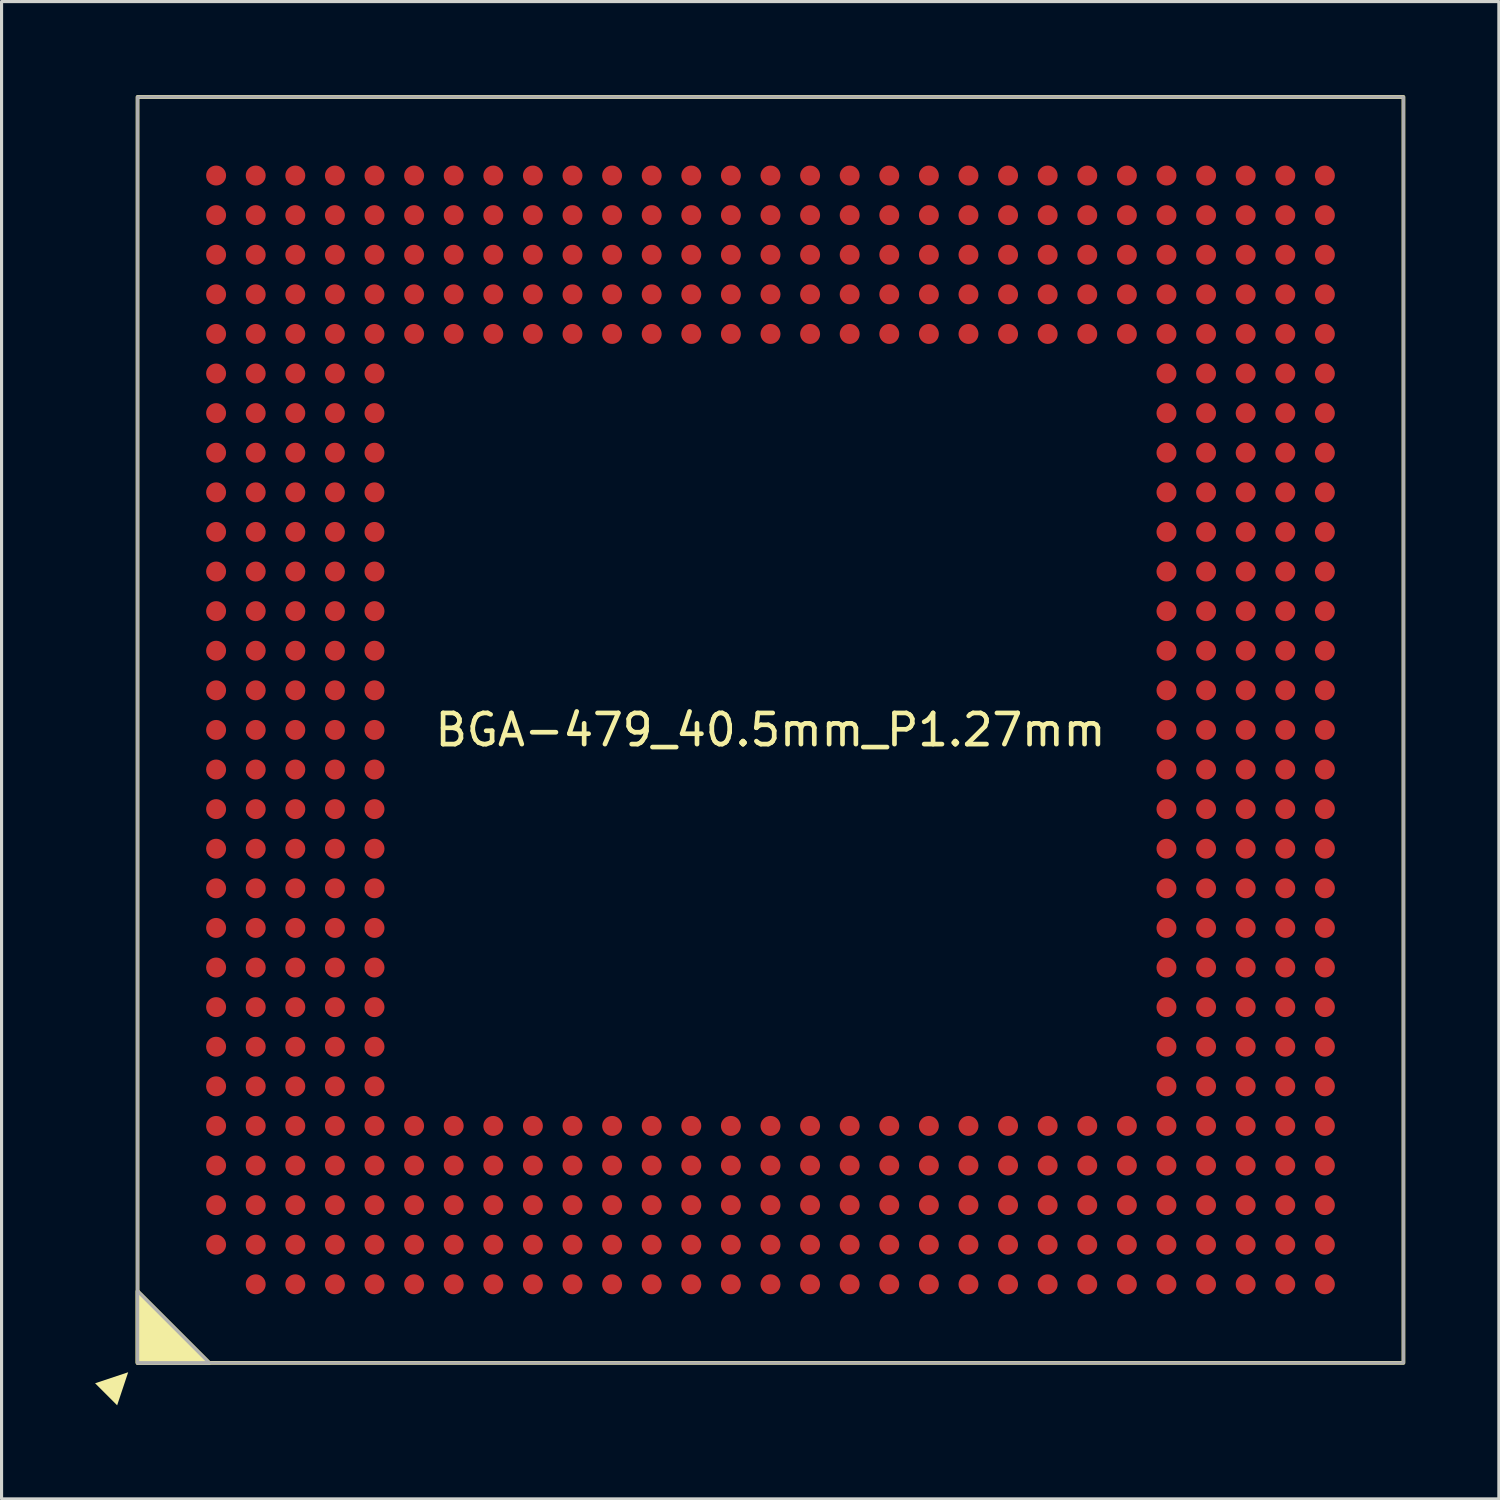
<source format=kicad_pcb>
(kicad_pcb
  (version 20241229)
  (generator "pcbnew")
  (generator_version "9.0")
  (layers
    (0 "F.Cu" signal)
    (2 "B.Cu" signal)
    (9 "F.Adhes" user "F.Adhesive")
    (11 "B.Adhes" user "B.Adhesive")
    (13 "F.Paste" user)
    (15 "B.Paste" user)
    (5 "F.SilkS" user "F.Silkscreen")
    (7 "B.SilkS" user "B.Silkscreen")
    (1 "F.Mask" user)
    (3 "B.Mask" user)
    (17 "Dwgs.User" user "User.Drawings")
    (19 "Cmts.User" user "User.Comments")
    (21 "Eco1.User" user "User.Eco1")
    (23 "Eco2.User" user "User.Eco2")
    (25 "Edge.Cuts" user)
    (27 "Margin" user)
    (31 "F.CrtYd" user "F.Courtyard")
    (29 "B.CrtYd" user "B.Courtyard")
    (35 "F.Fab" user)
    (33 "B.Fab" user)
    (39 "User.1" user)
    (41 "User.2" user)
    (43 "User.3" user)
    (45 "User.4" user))
  (footprint "BGA-479_40.5mm_P1.27mm"
    (layer "F.Cu")
    (at 21.661 20.36)
    (property "Reference" "BGA-479_40.5mm_P1.27mm" (at 0 0 0) (unlocked yes) (layer "F.SilkS") (effects (font (size 1 1) (thickness 0.15))))
    (attr smd)
    (fp_rect (start -20.3 -20.3) (end 20.3 20.3) (stroke (width 0.12) (type default)) (fill no) (layer "F.SilkS"))
    (fp_poly (pts (xy -20.954 21.661) (xy -21.661 20.954) (xy -20.6 20.6)) (stroke (width 0) (type solid)) (fill yes) (layer "F.SilkS"))
    (fp_poly (pts (xy -20.3 20.3) (xy -20.3 18) (xy -18 20.3)) (stroke (width 0.12) (type solid)) (fill yes) (layer "F.SilkS"))
    (fp_rect (start -20.3 -20.3) (end 20.3 20.3) (stroke (width 0.1) (type default)) (fill no) (layer "F.Fab"))
    (fp_poly (pts (xy -18 20.3) (xy -20.3 18) (xy -20.3 20.3)) (stroke (width 0.1) (type solid)) (fill no) (layer "F.Fab"))
    (pad "A2" smd circle (at -16.51 17.78) (size 0.64 0.64) (layers "F.Cu" "F.Mask"))
    (pad "A3" smd circle (at -15.24 17.78) (size 0.64 0.64) (layers "F.Cu" "F.Mask"))
    (pad "A4" smd circle (at -13.97 17.78) (size 0.64 0.64) (layers "F.Cu" "F.Mask"))
    (pad "A5" smd circle (at -12.7 17.78) (size 0.64 0.64) (layers "F.Cu" "F.Mask"))
    (pad "A6" smd circle (at -11.43 17.78) (size 0.64 0.64) (layers "F.Cu" "F.Mask"))
    (pad "A7" smd circle (at -10.16 17.78) (size 0.64 0.64) (layers "F.Cu" "F.Mask"))
    (pad "A8" smd circle (at -8.89 17.78) (size 0.64 0.64) (layers "F.Cu" "F.Mask"))
    (pad "A9" smd circle (at -7.62 17.78) (size 0.64 0.64) (layers "F.Cu" "F.Mask"))
    (pad "A10" smd circle (at -6.35 17.78) (size 0.64 0.64) (layers "F.Cu" "F.Mask"))
    (pad "A11" smd circle (at -5.08 17.78) (size 0.64 0.64) (layers "F.Cu" "F.Mask"))
    (pad "A12" smd circle (at -3.81 17.78) (size 0.64 0.64) (layers "F.Cu" "F.Mask"))
    (pad "A13" smd circle (at -2.54 17.78) (size 0.64 0.64) (layers "F.Cu" "F.Mask"))
    (pad "A14" smd circle (at -1.27 17.78) (size 0.64 0.64) (layers "F.Cu" "F.Mask"))
    (pad "A15" smd circle (at 0 17.78) (size 0.64 0.64) (layers "F.Cu" "F.Mask"))
    (pad "A16" smd circle (at 1.27 17.78) (size 0.64 0.64) (layers "F.Cu" "F.Mask"))
    (pad "A17" smd circle (at 2.54 17.78) (size 0.64 0.64) (layers "F.Cu" "F.Mask"))
    (pad "A18" smd circle (at 3.81 17.78) (size 0.64 0.64) (layers "F.Cu" "F.Mask"))
    (pad "A19" smd circle (at 5.08 17.78) (size 0.64 0.64) (layers "F.Cu" "F.Mask"))
    (pad "A20" smd circle (at 6.35 17.78) (size 0.64 0.64) (layers "F.Cu" "F.Mask"))
    (pad "A21" smd circle (at 7.62 17.78) (size 0.64 0.64) (layers "F.Cu" "F.Mask"))
    (pad "A22" smd circle (at 8.89 17.78) (size 0.64 0.64) (layers "F.Cu" "F.Mask"))
    (pad "A23" smd circle (at 10.16 17.78) (size 0.64 0.64) (layers "F.Cu" "F.Mask"))
    (pad "A24" smd circle (at 11.43 17.78) (size 0.64 0.64) (layers "F.Cu" "F.Mask"))
    (pad "A25" smd circle (at 12.7 17.78) (size 0.64 0.64) (layers "F.Cu" "F.Mask"))
    (pad "A26" smd circle (at 13.97 17.78) (size 0.64 0.64) (layers "F.Cu" "F.Mask"))
    (pad "A27" smd circle (at 15.24 17.78) (size 0.64 0.64) (layers "F.Cu" "F.Mask"))
    (pad "A28" smd circle (at 16.51 17.78) (size 0.64 0.64) (layers "F.Cu" "F.Mask"))
    (pad "A29" smd circle (at 17.78 17.78) (size 0.64 0.64) (layers "F.Cu" "F.Mask"))
    (pad "AA1" smd circle (at -17.78 -15.24) (size 0.64 0.64) (layers "F.Cu" "F.Mask"))
    (pad "AA2" smd circle (at -16.51 -15.24) (size 0.64 0.64) (layers "F.Cu" "F.Mask"))
    (pad "AA3" smd circle (at -15.24 -15.24) (size 0.64 0.64) (layers "F.Cu" "F.Mask"))
    (pad "AA4" smd circle (at -13.97 -15.24) (size 0.64 0.64) (layers "F.Cu" "F.Mask"))
    (pad "AA5" smd circle (at -12.7 -15.24) (size 0.64 0.64) (layers "F.Cu" "F.Mask"))
    (pad "AA6" smd circle (at -11.43 -15.24) (size 0.64 0.64) (layers "F.Cu" "F.Mask"))
    (pad "AA7" smd circle (at -10.16 -15.24) (size 0.64 0.64) (layers "F.Cu" "F.Mask"))
    (pad "AA8" smd circle (at -8.89 -15.24) (size 0.64 0.64) (layers "F.Cu" "F.Mask"))
    (pad "AA9" smd circle (at -7.62 -15.24) (size 0.64 0.64) (layers "F.Cu" "F.Mask"))
    (pad "AA10" smd circle (at -6.35 -15.24) (size 0.64 0.64) (layers "F.Cu" "F.Mask"))
    (pad "AA11" smd circle (at -5.08 -15.24) (size 0.64 0.64) (layers "F.Cu" "F.Mask"))
    (pad "AA12" smd circle (at -3.81 -15.24) (size 0.64 0.64) (layers "F.Cu" "F.Mask"))
    (pad "AA13" smd circle (at -2.54 -15.24) (size 0.64 0.64) (layers "F.Cu" "F.Mask"))
    (pad "AA14" smd circle (at -1.27 -15.24) (size 0.64 0.64) (layers "F.Cu" "F.Mask"))
    (pad "AA15" smd circle (at 0 -15.24) (size 0.64 0.64) (layers "F.Cu" "F.Mask"))
    (pad "AA16" smd circle (at 1.27 -15.24) (size 0.64 0.64) (layers "F.Cu" "F.Mask"))
    (pad "AA17" smd circle (at 2.54 -15.24) (size 0.64 0.64) (layers "F.Cu" "F.Mask"))
    (pad "AA18" smd circle (at 3.81 -15.24) (size 0.64 0.64) (layers "F.Cu" "F.Mask"))
    (pad "AA19" smd circle (at 5.08 -15.24) (size 0.64 0.64) (layers "F.Cu" "F.Mask"))
    (pad "AA20" smd circle (at 6.35 -15.24) (size 0.64 0.64) (layers "F.Cu" "F.Mask"))
    (pad "AA21" smd circle (at 7.62 -15.24) (size 0.64 0.64) (layers "F.Cu" "F.Mask"))
    (pad "AA22" smd circle (at 8.89 -15.24) (size 0.64 0.64) (layers "F.Cu" "F.Mask"))
    (pad "AA23" smd circle (at 10.16 -15.24) (size 0.64 0.64) (layers "F.Cu" "F.Mask"))
    (pad "AA24" smd circle (at 11.43 -15.24) (size 0.64 0.64) (layers "F.Cu" "F.Mask"))
    (pad "AA25" smd circle (at 12.7 -15.24) (size 0.64 0.64) (layers "F.Cu" "F.Mask"))
    (pad "AA26" smd circle (at 13.97 -15.24) (size 0.64 0.64) (layers "F.Cu" "F.Mask"))
    (pad "AA27" smd circle (at 15.24 -15.24) (size 0.64 0.64) (layers "F.Cu" "F.Mask"))
    (pad "AA28" smd circle (at 16.51 -15.24) (size 0.64 0.64) (layers "F.Cu" "F.Mask"))
    (pad "AA29" smd circle (at 17.78 -15.24) (size 0.64 0.64) (layers "F.Cu" "F.Mask"))
    (pad "AB1" smd circle (at -17.78 -16.51) (size 0.64 0.64) (layers "F.Cu" "F.Mask"))
    (pad "AB2" smd circle (at -16.51 -16.51) (size 0.64 0.64) (layers "F.Cu" "F.Mask"))
    (pad "AB3" smd circle (at -15.24 -16.51) (size 0.64 0.64) (layers "F.Cu" "F.Mask"))
    (pad "AB4" smd circle (at -13.97 -16.51) (size 0.64 0.64) (layers "F.Cu" "F.Mask"))
    (pad "AB5" smd circle (at -12.7 -16.51) (size 0.64 0.64) (layers "F.Cu" "F.Mask"))
    (pad "AB6" smd circle (at -11.43 -16.51) (size 0.64 0.64) (layers "F.Cu" "F.Mask"))
    (pad "AB7" smd circle (at -10.16 -16.51) (size 0.64 0.64) (layers "F.Cu" "F.Mask"))
    (pad "AB8" smd circle (at -8.89 -16.51) (size 0.64 0.64) (layers "F.Cu" "F.Mask"))
    (pad "AB9" smd circle (at -7.62 -16.51) (size 0.64 0.64) (layers "F.Cu" "F.Mask"))
    (pad "AB10" smd circle (at -6.35 -16.51) (size 0.64 0.64) (layers "F.Cu" "F.Mask"))
    (pad "AB11" smd circle (at -5.08 -16.51) (size 0.64 0.64) (layers "F.Cu" "F.Mask"))
    (pad "AB12" smd circle (at -3.81 -16.51) (size 0.64 0.64) (layers "F.Cu" "F.Mask"))
    (pad "AB13" smd circle (at -2.54 -16.51) (size 0.64 0.64) (layers "F.Cu" "F.Mask"))
    (pad "AB14" smd circle (at -1.27 -16.51) (size 0.64 0.64) (layers "F.Cu" "F.Mask"))
    (pad "AB15" smd circle (at 0 -16.51) (size 0.64 0.64) (layers "F.Cu" "F.Mask"))
    (pad "AB16" smd circle (at 1.27 -16.51) (size 0.64 0.64) (layers "F.Cu" "F.Mask"))
    (pad "AB17" smd circle (at 2.54 -16.51) (size 0.64 0.64) (layers "F.Cu" "F.Mask"))
    (pad "AB18" smd circle (at 3.81 -16.51) (size 0.64 0.64) (layers "F.Cu" "F.Mask"))
    (pad "AB19" smd circle (at 5.08 -16.51) (size 0.64 0.64) (layers "F.Cu" "F.Mask"))
    (pad "AB20" smd circle (at 6.35 -16.51) (size 0.64 0.64) (layers "F.Cu" "F.Mask"))
    (pad "AB21" smd circle (at 7.62 -16.51) (size 0.64 0.64) (layers "F.Cu" "F.Mask"))
    (pad "AB22" smd circle (at 8.89 -16.51) (size 0.64 0.64) (layers "F.Cu" "F.Mask"))
    (pad "AB23" smd circle (at 10.16 -16.51) (size 0.64 0.64) (layers "F.Cu" "F.Mask"))
    (pad "AB24" smd circle (at 11.43 -16.51) (size 0.64 0.64) (layers "F.Cu" "F.Mask"))
    (pad "AB25" smd circle (at 12.7 -16.51) (size 0.64 0.64) (layers "F.Cu" "F.Mask"))
    (pad "AB26" smd circle (at 13.97 -16.51) (size 0.64 0.64) (layers "F.Cu" "F.Mask"))
    (pad "AB27" smd circle (at 15.24 -16.51) (size 0.64 0.64) (layers "F.Cu" "F.Mask"))
    (pad "AB28" smd circle (at 16.51 -16.51) (size 0.64 0.64) (layers "F.Cu" "F.Mask"))
    (pad "AB29" smd circle (at 17.78 -16.51) (size 0.64 0.64) (layers "F.Cu" "F.Mask"))
    (pad "AC1" smd circle (at -17.78 -17.78) (size 0.64 0.64) (layers "F.Cu" "F.Mask"))
    (pad "AC2" smd circle (at -16.51 -17.78) (size 0.64 0.64) (layers "F.Cu" "F.Mask"))
    (pad "AC3" smd circle (at -15.24 -17.78) (size 0.64 0.64) (layers "F.Cu" "F.Mask"))
    (pad "AC4" smd circle (at -13.97 -17.78) (size 0.64 0.64) (layers "F.Cu" "F.Mask"))
    (pad "AC5" smd circle (at -12.7 -17.78) (size 0.64 0.64) (layers "F.Cu" "F.Mask"))
    (pad "AC6" smd circle (at -11.43 -17.78) (size 0.64 0.64) (layers "F.Cu" "F.Mask"))
    (pad "AC7" smd circle (at -10.16 -17.78) (size 0.64 0.64) (layers "F.Cu" "F.Mask"))
    (pad "AC8" smd circle (at -8.89 -17.78) (size 0.64 0.64) (layers "F.Cu" "F.Mask"))
    (pad "AC9" smd circle (at -7.62 -17.78) (size 0.64 0.64) (layers "F.Cu" "F.Mask"))
    (pad "AC10" smd circle (at -6.35 -17.78) (size 0.64 0.64) (layers "F.Cu" "F.Mask"))
    (pad "AC11" smd circle (at -5.08 -17.78) (size 0.64 0.64) (layers "F.Cu" "F.Mask"))
    (pad "AC12" smd circle (at -3.81 -17.78) (size 0.64 0.64) (layers "F.Cu" "F.Mask"))
    (pad "AC13" smd circle (at -2.54 -17.78) (size 0.64 0.64) (layers "F.Cu" "F.Mask"))
    (pad "AC14" smd circle (at -1.27 -17.78) (size 0.64 0.64) (layers "F.Cu" "F.Mask"))
    (pad "AC15" smd circle (at 0 -17.78) (size 0.64 0.64) (layers "F.Cu" "F.Mask"))
    (pad "AC16" smd circle (at 1.27 -17.78) (size 0.64 0.64) (layers "F.Cu" "F.Mask"))
    (pad "AC17" smd circle (at 2.54 -17.78) (size 0.64 0.64) (layers "F.Cu" "F.Mask"))
    (pad "AC18" smd circle (at 3.81 -17.78) (size 0.64 0.64) (layers "F.Cu" "F.Mask"))
    (pad "AC19" smd circle (at 5.08 -17.78) (size 0.64 0.64) (layers "F.Cu" "F.Mask"))
    (pad "AC20" smd circle (at 6.35 -17.78) (size 0.64 0.64) (layers "F.Cu" "F.Mask"))
    (pad "AC21" smd circle (at 7.62 -17.78) (size 0.64 0.64) (layers "F.Cu" "F.Mask"))
    (pad "AC22" smd circle (at 8.89 -17.78) (size 0.64 0.64) (layers "F.Cu" "F.Mask"))
    (pad "AC23" smd circle (at 10.16 -17.78) (size 0.64 0.64) (layers "F.Cu" "F.Mask"))
    (pad "AC24" smd circle (at 11.43 -17.78) (size 0.64 0.64) (layers "F.Cu" "F.Mask"))
    (pad "AC25" smd circle (at 12.7 -17.78) (size 0.64 0.64) (layers "F.Cu" "F.Mask"))
    (pad "AC26" smd circle (at 13.97 -17.78) (size 0.64 0.64) (layers "F.Cu" "F.Mask"))
    (pad "AC27" smd circle (at 15.24 -17.78) (size 0.64 0.64) (layers "F.Cu" "F.Mask"))
    (pad "AC28" smd circle (at 16.51 -17.78) (size 0.64 0.64) (layers "F.Cu" "F.Mask"))
    (pad "AC29" smd circle (at 17.78 -17.78) (size 0.64 0.64) (layers "F.Cu" "F.Mask"))
    (pad "B1" smd circle (at -17.78 16.51) (size 0.64 0.64) (layers "F.Cu" "F.Mask"))
    (pad "B2" smd circle (at -16.51 16.51) (size 0.64 0.64) (layers "F.Cu" "F.Mask"))
    (pad "B3" smd circle (at -15.24 16.51) (size 0.64 0.64) (layers "F.Cu" "F.Mask"))
    (pad "B4" smd circle (at -13.97 16.51) (size 0.64 0.64) (layers "F.Cu" "F.Mask"))
    (pad "B5" smd circle (at -12.7 16.51) (size 0.64 0.64) (layers "F.Cu" "F.Mask"))
    (pad "B6" smd circle (at -11.43 16.51) (size 0.64 0.64) (layers "F.Cu" "F.Mask"))
    (pad "B7" smd circle (at -10.16 16.51) (size 0.64 0.64) (layers "F.Cu" "F.Mask"))
    (pad "B8" smd circle (at -8.89 16.51) (size 0.64 0.64) (layers "F.Cu" "F.Mask"))
    (pad "B9" smd circle (at -7.62 16.51) (size 0.64 0.64) (layers "F.Cu" "F.Mask"))
    (pad "B10" smd circle (at -6.35 16.51) (size 0.64 0.64) (layers "F.Cu" "F.Mask"))
    (pad "B11" smd circle (at -5.08 16.51) (size 0.64 0.64) (layers "F.Cu" "F.Mask"))
    (pad "B12" smd circle (at -3.81 16.51) (size 0.64 0.64) (layers "F.Cu" "F.Mask"))
    (pad "B13" smd circle (at -2.54 16.51) (size 0.64 0.64) (layers "F.Cu" "F.Mask"))
    (pad "B14" smd circle (at -1.27 16.51) (size 0.64 0.64) (layers "F.Cu" "F.Mask"))
    (pad "B15" smd circle (at 0 16.51) (size 0.64 0.64) (layers "F.Cu" "F.Mask"))
    (pad "B16" smd circle (at 1.27 16.51) (size 0.64 0.64) (layers "F.Cu" "F.Mask"))
    (pad "B17" smd circle (at 2.54 16.51) (size 0.64 0.64) (layers "F.Cu" "F.Mask"))
    (pad "B18" smd circle (at 3.81 16.51) (size 0.64 0.64) (layers "F.Cu" "F.Mask"))
    (pad "B19" smd circle (at 5.08 16.51) (size 0.64 0.64) (layers "F.Cu" "F.Mask"))
    (pad "B20" smd circle (at 6.35 16.51) (size 0.64 0.64) (layers "F.Cu" "F.Mask"))
    (pad "B21" smd circle (at 7.62 16.51) (size 0.64 0.64) (layers "F.Cu" "F.Mask"))
    (pad "B22" smd circle (at 8.89 16.51) (size 0.64 0.64) (layers "F.Cu" "F.Mask"))
    (pad "B23" smd circle (at 10.16 16.51) (size 0.64 0.64) (layers "F.Cu" "F.Mask"))
    (pad "B24" smd circle (at 11.43 16.51) (size 0.64 0.64) (layers "F.Cu" "F.Mask"))
    (pad "B25" smd circle (at 12.7 16.51) (size 0.64 0.64) (layers "F.Cu" "F.Mask"))
    (pad "B26" smd circle (at 13.97 16.51) (size 0.64 0.64) (layers "F.Cu" "F.Mask"))
    (pad "B27" smd circle (at 15.24 16.51) (size 0.64 0.64) (layers "F.Cu" "F.Mask"))
    (pad "B28" smd circle (at 16.51 16.51) (size 0.64 0.64) (layers "F.Cu" "F.Mask"))
    (pad "B29" smd circle (at 17.78 16.51) (size 0.64 0.64) (layers "F.Cu" "F.Mask"))
    (pad "C1" smd circle (at -17.78 15.24) (size 0.64 0.64) (layers "F.Cu" "F.Mask"))
    (pad "C2" smd circle (at -16.51 15.24) (size 0.64 0.64) (layers "F.Cu" "F.Mask"))
    (pad "C3" smd circle (at -15.24 15.24) (size 0.64 0.64) (layers "F.Cu" "F.Mask"))
    (pad "C4" smd circle (at -13.97 15.24) (size 0.64 0.64) (layers "F.Cu" "F.Mask"))
    (pad "C5" smd circle (at -12.7 15.24) (size 0.64 0.64) (layers "F.Cu" "F.Mask"))
    (pad "C6" smd circle (at -11.43 15.24) (size 0.64 0.64) (layers "F.Cu" "F.Mask"))
    (pad "C7" smd circle (at -10.16 15.24) (size 0.64 0.64) (layers "F.Cu" "F.Mask"))
    (pad "C8" smd circle (at -8.89 15.24) (size 0.64 0.64) (layers "F.Cu" "F.Mask"))
    (pad "C9" smd circle (at -7.62 15.24) (size 0.64 0.64) (layers "F.Cu" "F.Mask"))
    (pad "C10" smd circle (at -6.35 15.24) (size 0.64 0.64) (layers "F.Cu" "F.Mask"))
    (pad "C11" smd circle (at -5.08 15.24) (size 0.64 0.64) (layers "F.Cu" "F.Mask"))
    (pad "C12" smd circle (at -3.81 15.24) (size 0.64 0.64) (layers "F.Cu" "F.Mask"))
    (pad "C13" smd circle (at -2.54 15.24) (size 0.64 0.64) (layers "F.Cu" "F.Mask"))
    (pad "C14" smd circle (at -1.27 15.24) (size 0.64 0.64) (layers "F.Cu" "F.Mask"))
    (pad "C15" smd circle (at 0 15.24) (size 0.64 0.64) (layers "F.Cu" "F.Mask"))
    (pad "C16" smd circle (at 1.27 15.24) (size 0.64 0.64) (layers "F.Cu" "F.Mask"))
    (pad "C17" smd circle (at 2.54 15.24) (size 0.64 0.64) (layers "F.Cu" "F.Mask"))
    (pad "C18" smd circle (at 3.81 15.24) (size 0.64 0.64) (layers "F.Cu" "F.Mask"))
    (pad "C19" smd circle (at 5.08 15.24) (size 0.64 0.64) (layers "F.Cu" "F.Mask"))
    (pad "C20" smd circle (at 6.35 15.24) (size 0.64 0.64) (layers "F.Cu" "F.Mask"))
    (pad "C21" smd circle (at 7.62 15.24) (size 0.64 0.64) (layers "F.Cu" "F.Mask"))
    (pad "C22" smd circle (at 8.89 15.24) (size 0.64 0.64) (layers "F.Cu" "F.Mask"))
    (pad "C23" smd circle (at 10.16 15.24) (size 0.64 0.64) (layers "F.Cu" "F.Mask"))
    (pad "C24" smd circle (at 11.43 15.24) (size 0.64 0.64) (layers "F.Cu" "F.Mask"))
    (pad "C25" smd circle (at 12.7 15.24) (size 0.64 0.64) (layers "F.Cu" "F.Mask"))
    (pad "C26" smd circle (at 13.97 15.24) (size 0.64 0.64) (layers "F.Cu" "F.Mask"))
    (pad "C27" smd circle (at 15.24 15.24) (size 0.64 0.64) (layers "F.Cu" "F.Mask"))
    (pad "C28" smd circle (at 16.51 15.24) (size 0.64 0.64) (layers "F.Cu" "F.Mask"))
    (pad "C29" smd circle (at 17.78 15.24) (size 0.64 0.64) (layers "F.Cu" "F.Mask"))
    (pad "D1" smd circle (at -17.78 13.97) (size 0.64 0.64) (layers "F.Cu" "F.Mask"))
    (pad "D2" smd circle (at -16.51 13.97) (size 0.64 0.64) (layers "F.Cu" "F.Mask"))
    (pad "D3" smd circle (at -15.24 13.97) (size 0.64 0.64) (layers "F.Cu" "F.Mask"))
    (pad "D4" smd circle (at -13.97 13.97) (size 0.64 0.64) (layers "F.Cu" "F.Mask"))
    (pad "D5" smd circle (at -12.7 13.97) (size 0.64 0.64) (layers "F.Cu" "F.Mask"))
    (pad "D6" smd circle (at -11.43 13.97) (size 0.64 0.64) (layers "F.Cu" "F.Mask"))
    (pad "D7" smd circle (at -10.16 13.97) (size 0.64 0.64) (layers "F.Cu" "F.Mask"))
    (pad "D8" smd circle (at -8.89 13.97) (size 0.64 0.64) (layers "F.Cu" "F.Mask"))
    (pad "D9" smd circle (at -7.62 13.97) (size 0.64 0.64) (layers "F.Cu" "F.Mask"))
    (pad "D10" smd circle (at -6.35 13.97) (size 0.64 0.64) (layers "F.Cu" "F.Mask"))
    (pad "D11" smd circle (at -5.08 13.97) (size 0.64 0.64) (layers "F.Cu" "F.Mask"))
    (pad "D12" smd circle (at -3.81 13.97) (size 0.64 0.64) (layers "F.Cu" "F.Mask"))
    (pad "D13" smd circle (at -2.54 13.97) (size 0.64 0.64) (layers "F.Cu" "F.Mask"))
    (pad "D14" smd circle (at -1.27 13.97) (size 0.64 0.64) (layers "F.Cu" "F.Mask"))
    (pad "D15" smd circle (at 0 13.97) (size 0.64 0.64) (layers "F.Cu" "F.Mask"))
    (pad "D16" smd circle (at 1.27 13.97) (size 0.64 0.64) (layers "F.Cu" "F.Mask"))
    (pad "D17" smd circle (at 2.54 13.97) (size 0.64 0.64) (layers "F.Cu" "F.Mask"))
    (pad "D18" smd circle (at 3.81 13.97) (size 0.64 0.64) (layers "F.Cu" "F.Mask"))
    (pad "D19" smd circle (at 5.08 13.97) (size 0.64 0.64) (layers "F.Cu" "F.Mask"))
    (pad "D20" smd circle (at 6.35 13.97) (size 0.64 0.64) (layers "F.Cu" "F.Mask"))
    (pad "D21" smd circle (at 7.62 13.97) (size 0.64 0.64) (layers "F.Cu" "F.Mask"))
    (pad "D22" smd circle (at 8.89 13.97) (size 0.64 0.64) (layers "F.Cu" "F.Mask"))
    (pad "D23" smd circle (at 10.16 13.97) (size 0.64 0.64) (layers "F.Cu" "F.Mask"))
    (pad "D24" smd circle (at 11.43 13.97) (size 0.64 0.64) (layers "F.Cu" "F.Mask"))
    (pad "D25" smd circle (at 12.7 13.97) (size 0.64 0.64) (layers "F.Cu" "F.Mask"))
    (pad "D26" smd circle (at 13.97 13.97) (size 0.64 0.64) (layers "F.Cu" "F.Mask"))
    (pad "D27" smd circle (at 15.24 13.97) (size 0.64 0.64) (layers "F.Cu" "F.Mask"))
    (pad "D28" smd circle (at 16.51 13.97) (size 0.64 0.64) (layers "F.Cu" "F.Mask"))
    (pad "D29" smd circle (at 17.78 13.97) (size 0.64 0.64) (layers "F.Cu" "F.Mask"))
    (pad "E1" smd circle (at -17.78 12.7) (size 0.64 0.64) (layers "F.Cu" "F.Mask"))
    (pad "E2" smd circle (at -16.51 12.7) (size 0.64 0.64) (layers "F.Cu" "F.Mask"))
    (pad "E3" smd circle (at -15.24 12.7) (size 0.64 0.64) (layers "F.Cu" "F.Mask"))
    (pad "E4" smd circle (at -13.97 12.7) (size 0.64 0.64) (layers "F.Cu" "F.Mask"))
    (pad "E5" smd circle (at -12.7 12.7) (size 0.64 0.64) (layers "F.Cu" "F.Mask"))
    (pad "E6" smd circle (at -11.43 12.7) (size 0.64 0.64) (layers "F.Cu" "F.Mask"))
    (pad "E7" smd circle (at -10.16 12.7) (size 0.64 0.64) (layers "F.Cu" "F.Mask"))
    (pad "E8" smd circle (at -8.89 12.7) (size 0.64 0.64) (layers "F.Cu" "F.Mask"))
    (pad "E9" smd circle (at -7.62 12.7) (size 0.64 0.64) (layers "F.Cu" "F.Mask"))
    (pad "E10" smd circle (at -6.35 12.7) (size 0.64 0.64) (layers "F.Cu" "F.Mask"))
    (pad "E11" smd circle (at -5.08 12.7) (size 0.64 0.64) (layers "F.Cu" "F.Mask"))
    (pad "E12" smd circle (at -3.81 12.7) (size 0.64 0.64) (layers "F.Cu" "F.Mask"))
    (pad "E13" smd circle (at -2.54 12.7) (size 0.64 0.64) (layers "F.Cu" "F.Mask"))
    (pad "E14" smd circle (at -1.27 12.7) (size 0.64 0.64) (layers "F.Cu" "F.Mask"))
    (pad "E15" smd circle (at 0 12.7) (size 0.64 0.64) (layers "F.Cu" "F.Mask"))
    (pad "E16" smd circle (at 1.27 12.7) (size 0.64 0.64) (layers "F.Cu" "F.Mask"))
    (pad "E17" smd circle (at 2.54 12.7) (size 0.64 0.64) (layers "F.Cu" "F.Mask"))
    (pad "E18" smd circle (at 3.81 12.7) (size 0.64 0.64) (layers "F.Cu" "F.Mask"))
    (pad "E19" smd circle (at 5.08 12.7) (size 0.64 0.64) (layers "F.Cu" "F.Mask"))
    (pad "E20" smd circle (at 6.35 12.7) (size 0.64 0.64) (layers "F.Cu" "F.Mask"))
    (pad "E21" smd circle (at 7.62 12.7) (size 0.64 0.64) (layers "F.Cu" "F.Mask"))
    (pad "E22" smd circle (at 8.89 12.7) (size 0.64 0.64) (layers "F.Cu" "F.Mask"))
    (pad "E23" smd circle (at 10.16 12.7) (size 0.64 0.64) (layers "F.Cu" "F.Mask"))
    (pad "E24" smd circle (at 11.43 12.7) (size 0.64 0.64) (layers "F.Cu" "F.Mask"))
    (pad "E25" smd circle (at 12.7 12.7) (size 0.64 0.64) (layers "F.Cu" "F.Mask"))
    (pad "E26" smd circle (at 13.97 12.7) (size 0.64 0.64) (layers "F.Cu" "F.Mask"))
    (pad "E27" smd circle (at 15.24 12.7) (size 0.64 0.64) (layers "F.Cu" "F.Mask"))
    (pad "E28" smd circle (at 16.51 12.7) (size 0.64 0.64) (layers "F.Cu" "F.Mask"))
    (pad "E29" smd circle (at 17.78 12.7) (size 0.64 0.64) (layers "F.Cu" "F.Mask"))
    (pad "F1" smd circle (at -17.78 11.43) (size 0.64 0.64) (layers "F.Cu" "F.Mask"))
    (pad "F2" smd circle (at -16.51 11.43) (size 0.64 0.64) (layers "F.Cu" "F.Mask"))
    (pad "F3" smd circle (at -15.24 11.43) (size 0.64 0.64) (layers "F.Cu" "F.Mask"))
    (pad "F4" smd circle (at -13.97 11.43) (size 0.64 0.64) (layers "F.Cu" "F.Mask"))
    (pad "F5" smd circle (at -12.7 11.43) (size 0.64 0.64) (layers "F.Cu" "F.Mask"))
    (pad "F25" smd circle (at 12.7 11.43) (size 0.64 0.64) (layers "F.Cu" "F.Mask"))
    (pad "F26" smd circle (at 13.97 11.43) (size 0.64 0.64) (layers "F.Cu" "F.Mask"))
    (pad "F27" smd circle (at 15.24 11.43) (size 0.64 0.64) (layers "F.Cu" "F.Mask"))
    (pad "F28" smd circle (at 16.51 11.43) (size 0.64 0.64) (layers "F.Cu" "F.Mask"))
    (pad "F29" smd circle (at 17.78 11.43) (size 0.64 0.64) (layers "F.Cu" "F.Mask"))
    (pad "G1" smd circle (at -17.78 10.16) (size 0.64 0.64) (layers "F.Cu" "F.Mask"))
    (pad "G2" smd circle (at -16.51 10.16) (size 0.64 0.64) (layers "F.Cu" "F.Mask"))
    (pad "G3" smd circle (at -15.24 10.16) (size 0.64 0.64) (layers "F.Cu" "F.Mask"))
    (pad "G4" smd circle (at -13.97 10.16) (size 0.64 0.64) (layers "F.Cu" "F.Mask"))
    (pad "G5" smd circle (at -12.7 10.16) (size 0.64 0.64) (layers "F.Cu" "F.Mask"))
    (pad "G25" smd circle (at 12.7 10.16) (size 0.64 0.64) (layers "F.Cu" "F.Mask"))
    (pad "G26" smd circle (at 13.97 10.16) (size 0.64 0.64) (layers "F.Cu" "F.Mask"))
    (pad "G27" smd circle (at 15.24 10.16) (size 0.64 0.64) (layers "F.Cu" "F.Mask"))
    (pad "G28" smd circle (at 16.51 10.16) (size 0.64 0.64) (layers "F.Cu" "F.Mask"))
    (pad "G29" smd circle (at 17.78 10.16) (size 0.64 0.64) (layers "F.Cu" "F.Mask"))
    (pad "H1" smd circle (at -17.78 8.89) (size 0.64 0.64) (layers "F.Cu" "F.Mask"))
    (pad "H2" smd circle (at -16.51 8.89) (size 0.64 0.64) (layers "F.Cu" "F.Mask"))
    (pad "H3" smd circle (at -15.24 8.89) (size 0.64 0.64) (layers "F.Cu" "F.Mask"))
    (pad "H4" smd circle (at -13.97 8.89) (size 0.64 0.64) (layers "F.Cu" "F.Mask"))
    (pad "H5" smd circle (at -12.7 8.89) (size 0.64 0.64) (layers "F.Cu" "F.Mask"))
    (pad "H25" smd circle (at 12.7 8.89) (size 0.64 0.64) (layers "F.Cu" "F.Mask"))
    (pad "H26" smd circle (at 13.97 8.89) (size 0.64 0.64) (layers "F.Cu" "F.Mask"))
    (pad "H27" smd circle (at 15.24 8.89) (size 0.64 0.64) (layers "F.Cu" "F.Mask"))
    (pad "H28" smd circle (at 16.51 8.89) (size 0.64 0.64) (layers "F.Cu" "F.Mask"))
    (pad "H29" smd circle (at 17.78 8.89) (size 0.64 0.64) (layers "F.Cu" "F.Mask"))
    (pad "I1" smd circle (at -17.78 7.62) (size 0.64 0.64) (layers "F.Cu" "F.Mask"))
    (pad "I2" smd circle (at -16.51 7.62) (size 0.64 0.64) (layers "F.Cu" "F.Mask"))
    (pad "I3" smd circle (at -15.24 7.62) (size 0.64 0.64) (layers "F.Cu" "F.Mask"))
    (pad "I4" smd circle (at -13.97 7.62) (size 0.64 0.64) (layers "F.Cu" "F.Mask"))
    (pad "I5" smd circle (at -12.7 7.62) (size 0.64 0.64) (layers "F.Cu" "F.Mask"))
    (pad "I25" smd circle (at 12.7 7.62) (size 0.64 0.64) (layers "F.Cu" "F.Mask"))
    (pad "I26" smd circle (at 13.97 7.62) (size 0.64 0.64) (layers "F.Cu" "F.Mask"))
    (pad "I27" smd circle (at 15.24 7.62) (size 0.64 0.64) (layers "F.Cu" "F.Mask"))
    (pad "I28" smd circle (at 16.51 7.62) (size 0.64 0.64) (layers "F.Cu" "F.Mask"))
    (pad "I29" smd circle (at 17.78 7.62) (size 0.64 0.64) (layers "F.Cu" "F.Mask"))
    (pad "J1" smd circle (at -17.78 6.35) (size 0.64 0.64) (layers "F.Cu" "F.Mask"))
    (pad "J2" smd circle (at -16.51 6.35) (size 0.64 0.64) (layers "F.Cu" "F.Mask"))
    (pad "J3" smd circle (at -15.24 6.35) (size 0.64 0.64) (layers "F.Cu" "F.Mask"))
    (pad "J4" smd circle (at -13.97 6.35) (size 0.64 0.64) (layers "F.Cu" "F.Mask"))
    (pad "J5" smd circle (at -12.7 6.35) (size 0.64 0.64) (layers "F.Cu" "F.Mask"))
    (pad "J25" smd circle (at 12.7 6.35) (size 0.64 0.64) (layers "F.Cu" "F.Mask"))
    (pad "J26" smd circle (at 13.97 6.35) (size 0.64 0.64) (layers "F.Cu" "F.Mask"))
    (pad "J27" smd circle (at 15.24 6.35) (size 0.64 0.64) (layers "F.Cu" "F.Mask"))
    (pad "J28" smd circle (at 16.51 6.35) (size 0.64 0.64) (layers "F.Cu" "F.Mask"))
    (pad "J29" smd circle (at 17.78 6.35) (size 0.64 0.64) (layers "F.Cu" "F.Mask"))
    (pad "K1" smd circle (at -17.78 5.08) (size 0.64 0.64) (layers "F.Cu" "F.Mask"))
    (pad "K2" smd circle (at -16.51 5.08) (size 0.64 0.64) (layers "F.Cu" "F.Mask"))
    (pad "K3" smd circle (at -15.24 5.08) (size 0.64 0.64) (layers "F.Cu" "F.Mask"))
    (pad "K4" smd circle (at -13.97 5.08) (size 0.64 0.64) (layers "F.Cu" "F.Mask"))
    (pad "K5" smd circle (at -12.7 5.08) (size 0.64 0.64) (layers "F.Cu" "F.Mask"))
    (pad "K25" smd circle (at 12.7 5.08) (size 0.64 0.64) (layers "F.Cu" "F.Mask"))
    (pad "K26" smd circle (at 13.97 5.08) (size 0.64 0.64) (layers "F.Cu" "F.Mask"))
    (pad "K27" smd circle (at 15.24 5.08) (size 0.64 0.64) (layers "F.Cu" "F.Mask"))
    (pad "K28" smd circle (at 16.51 5.08) (size 0.64 0.64) (layers "F.Cu" "F.Mask"))
    (pad "K29" smd circle (at 17.78 5.08) (size 0.64 0.64) (layers "F.Cu" "F.Mask"))
    (pad "L1" smd circle (at -17.78 3.81) (size 0.64 0.64) (layers "F.Cu" "F.Mask"))
    (pad "L2" smd circle (at -16.51 3.81) (size 0.64 0.64) (layers "F.Cu" "F.Mask"))
    (pad "L3" smd circle (at -15.24 3.81) (size 0.64 0.64) (layers "F.Cu" "F.Mask"))
    (pad "L4" smd circle (at -13.97 3.81) (size 0.64 0.64) (layers "F.Cu" "F.Mask"))
    (pad "L5" smd circle (at -12.7 3.81) (size 0.64 0.64) (layers "F.Cu" "F.Mask"))
    (pad "L25" smd circle (at 12.7 3.81) (size 0.64 0.64) (layers "F.Cu" "F.Mask"))
    (pad "L26" smd circle (at 13.97 3.81) (size 0.64 0.64) (layers "F.Cu" "F.Mask"))
    (pad "L27" smd circle (at 15.24 3.81) (size 0.64 0.64) (layers "F.Cu" "F.Mask"))
    (pad "L28" smd circle (at 16.51 3.81) (size 0.64 0.64) (layers "F.Cu" "F.Mask"))
    (pad "L29" smd circle (at 17.78 3.81) (size 0.64 0.64) (layers "F.Cu" "F.Mask"))
    (pad "M1" smd circle (at -17.78 2.54) (size 0.64 0.64) (layers "F.Cu" "F.Mask"))
    (pad "M2" smd circle (at -16.51 2.54) (size 0.64 0.64) (layers "F.Cu" "F.Mask"))
    (pad "M3" smd circle (at -15.24 2.54) (size 0.64 0.64) (layers "F.Cu" "F.Mask"))
    (pad "M4" smd circle (at -13.97 2.54) (size 0.64 0.64) (layers "F.Cu" "F.Mask"))
    (pad "M5" smd circle (at -12.7 2.54) (size 0.64 0.64) (layers "F.Cu" "F.Mask"))
    (pad "M25" smd circle (at 12.7 2.54) (size 0.64 0.64) (layers "F.Cu" "F.Mask"))
    (pad "M26" smd circle (at 13.97 2.54) (size 0.64 0.64) (layers "F.Cu" "F.Mask"))
    (pad "M27" smd circle (at 15.24 2.54) (size 0.64 0.64) (layers "F.Cu" "F.Mask"))
    (pad "M28" smd circle (at 16.51 2.54) (size 0.64 0.64) (layers "F.Cu" "F.Mask"))
    (pad "M29" smd circle (at 17.78 2.54) (size 0.64 0.64) (layers "F.Cu" "F.Mask"))
    (pad "N1" smd circle (at -17.78 1.27) (size 0.64 0.64) (layers "F.Cu" "F.Mask"))
    (pad "N2" smd circle (at -16.51 1.27) (size 0.64 0.64) (layers "F.Cu" "F.Mask"))
    (pad "N3" smd circle (at -15.24 1.27) (size 0.64 0.64) (layers "F.Cu" "F.Mask"))
    (pad "N4" smd circle (at -13.97 1.27) (size 0.64 0.64) (layers "F.Cu" "F.Mask"))
    (pad "N5" smd circle (at -12.7 1.27) (size 0.64 0.64) (layers "F.Cu" "F.Mask"))
    (pad "N25" smd circle (at 12.7 1.27) (size 0.64 0.64) (layers "F.Cu" "F.Mask"))
    (pad "N26" smd circle (at 13.97 1.27) (size 0.64 0.64) (layers "F.Cu" "F.Mask"))
    (pad "N27" smd circle (at 15.24 1.27) (size 0.64 0.64) (layers "F.Cu" "F.Mask"))
    (pad "N28" smd circle (at 16.51 1.27) (size 0.64 0.64) (layers "F.Cu" "F.Mask"))
    (pad "N29" smd circle (at 17.78 1.27) (size 0.64 0.64) (layers "F.Cu" "F.Mask"))
    (pad "O1" smd circle (at -17.78 0) (size 0.64 0.64) (layers "F.Cu" "F.Mask"))
    (pad "O2" smd circle (at -16.51 0) (size 0.64 0.64) (layers "F.Cu" "F.Mask"))
    (pad "O3" smd circle (at -15.24 0) (size 0.64 0.64) (layers "F.Cu" "F.Mask"))
    (pad "O4" smd circle (at -13.97 0) (size 0.64 0.64) (layers "F.Cu" "F.Mask"))
    (pad "O5" smd circle (at -12.7 0) (size 0.64 0.64) (layers "F.Cu" "F.Mask"))
    (pad "O25" smd circle (at 12.7 0) (size 0.64 0.64) (layers "F.Cu" "F.Mask"))
    (pad "O26" smd circle (at 13.97 0) (size 0.64 0.64) (layers "F.Cu" "F.Mask"))
    (pad "O27" smd circle (at 15.24 0) (size 0.64 0.64) (layers "F.Cu" "F.Mask"))
    (pad "O28" smd circle (at 16.51 0) (size 0.64 0.64) (layers "F.Cu" "F.Mask"))
    (pad "O29" smd circle (at 17.78 0) (size 0.64 0.64) (layers "F.Cu" "F.Mask"))
    (pad "P1" smd circle (at -17.78 -1.27) (size 0.64 0.64) (layers "F.Cu" "F.Mask"))
    (pad "P2" smd circle (at -16.51 -1.27) (size 0.64 0.64) (layers "F.Cu" "F.Mask"))
    (pad "P3" smd circle (at -15.24 -1.27) (size 0.64 0.64) (layers "F.Cu" "F.Mask"))
    (pad "P4" smd circle (at -13.97 -1.27) (size 0.64 0.64) (layers "F.Cu" "F.Mask"))
    (pad "P5" smd circle (at -12.7 -1.27) (size 0.64 0.64) (layers "F.Cu" "F.Mask"))
    (pad "P25" smd circle (at 12.7 -1.27) (size 0.64 0.64) (layers "F.Cu" "F.Mask"))
    (pad "P26" smd circle (at 13.97 -1.27) (size 0.64 0.64) (layers "F.Cu" "F.Mask"))
    (pad "P27" smd circle (at 15.24 -1.27) (size 0.64 0.64) (layers "F.Cu" "F.Mask"))
    (pad "P28" smd circle (at 16.51 -1.27) (size 0.64 0.64) (layers "F.Cu" "F.Mask"))
    (pad "P29" smd circle (at 17.78 -1.27) (size 0.64 0.64) (layers "F.Cu" "F.Mask"))
    (pad "Q1" smd circle (at -17.78 -2.54) (size 0.64 0.64) (layers "F.Cu" "F.Mask"))
    (pad "Q2" smd circle (at -16.51 -2.54) (size 0.64 0.64) (layers "F.Cu" "F.Mask"))
    (pad "Q3" smd circle (at -15.24 -2.54) (size 0.64 0.64) (layers "F.Cu" "F.Mask"))
    (pad "Q4" smd circle (at -13.97 -2.54) (size 0.64 0.64) (layers "F.Cu" "F.Mask"))
    (pad "Q5" smd circle (at -12.7 -2.54) (size 0.64 0.64) (layers "F.Cu" "F.Mask"))
    (pad "Q25" smd circle (at 12.7 -2.54) (size 0.64 0.64) (layers "F.Cu" "F.Mask"))
    (pad "Q26" smd circle (at 13.97 -2.54) (size 0.64 0.64) (layers "F.Cu" "F.Mask"))
    (pad "Q27" smd circle (at 15.24 -2.54) (size 0.64 0.64) (layers "F.Cu" "F.Mask"))
    (pad "Q28" smd circle (at 16.51 -2.54) (size 0.64 0.64) (layers "F.Cu" "F.Mask"))
    (pad "Q29" smd circle (at 17.78 -2.54) (size 0.64 0.64) (layers "F.Cu" "F.Mask"))
    (pad "R1" smd circle (at -17.78 -3.81) (size 0.64 0.64) (layers "F.Cu" "F.Mask"))
    (pad "R2" smd circle (at -16.51 -3.81) (size 0.64 0.64) (layers "F.Cu" "F.Mask"))
    (pad "R3" smd circle (at -15.24 -3.81) (size 0.64 0.64) (layers "F.Cu" "F.Mask"))
    (pad "R4" smd circle (at -13.97 -3.81) (size 0.64 0.64) (layers "F.Cu" "F.Mask"))
    (pad "R5" smd circle (at -12.7 -3.81) (size 0.64 0.64) (layers "F.Cu" "F.Mask"))
    (pad "R25" smd circle (at 12.7 -3.81) (size 0.64 0.64) (layers "F.Cu" "F.Mask"))
    (pad "R26" smd circle (at 13.97 -3.81) (size 0.64 0.64) (layers "F.Cu" "F.Mask"))
    (pad "R27" smd circle (at 15.24 -3.81) (size 0.64 0.64) (layers "F.Cu" "F.Mask"))
    (pad "R28" smd circle (at 16.51 -3.81) (size 0.64 0.64) (layers "F.Cu" "F.Mask"))
    (pad "R29" smd circle (at 17.78 -3.81) (size 0.64 0.64) (layers "F.Cu" "F.Mask"))
    (pad "S1" smd circle (at -17.78 -5.08) (size 0.64 0.64) (layers "F.Cu" "F.Mask"))
    (pad "S2" smd circle (at -16.51 -5.08) (size 0.64 0.64) (layers "F.Cu" "F.Mask"))
    (pad "S3" smd circle (at -15.24 -5.08) (size 0.64 0.64) (layers "F.Cu" "F.Mask"))
    (pad "S4" smd circle (at -13.97 -5.08) (size 0.64 0.64) (layers "F.Cu" "F.Mask"))
    (pad "S5" smd circle (at -12.7 -5.08) (size 0.64 0.64) (layers "F.Cu" "F.Mask"))
    (pad "S25" smd circle (at 12.7 -5.08) (size 0.64 0.64) (layers "F.Cu" "F.Mask"))
    (pad "S26" smd circle (at 13.97 -5.08) (size 0.64 0.64) (layers "F.Cu" "F.Mask"))
    (pad "S27" smd circle (at 15.24 -5.08) (size 0.64 0.64) (layers "F.Cu" "F.Mask"))
    (pad "S28" smd circle (at 16.51 -5.08) (size 0.64 0.64) (layers "F.Cu" "F.Mask"))
    (pad "S29" smd circle (at 17.78 -5.08) (size 0.64 0.64) (layers "F.Cu" "F.Mask"))
    (pad "T1" smd circle (at -17.78 -6.35) (size 0.64 0.64) (layers "F.Cu" "F.Mask"))
    (pad "T2" smd circle (at -16.51 -6.35) (size 0.64 0.64) (layers "F.Cu" "F.Mask"))
    (pad "T3" smd circle (at -15.24 -6.35) (size 0.64 0.64) (layers "F.Cu" "F.Mask"))
    (pad "T4" smd circle (at -13.97 -6.35) (size 0.64 0.64) (layers "F.Cu" "F.Mask"))
    (pad "T5" smd circle (at -12.7 -6.35) (size 0.64 0.64) (layers "F.Cu" "F.Mask"))
    (pad "T25" smd circle (at 12.7 -6.35) (size 0.64 0.64) (layers "F.Cu" "F.Mask"))
    (pad "T26" smd circle (at 13.97 -6.35) (size 0.64 0.64) (layers "F.Cu" "F.Mask"))
    (pad "T27" smd circle (at 15.24 -6.35) (size 0.64 0.64) (layers "F.Cu" "F.Mask"))
    (pad "T28" smd circle (at 16.51 -6.35) (size 0.64 0.64) (layers "F.Cu" "F.Mask"))
    (pad "T29" smd circle (at 17.78 -6.35) (size 0.64 0.64) (layers "F.Cu" "F.Mask"))
    (pad "U1" smd circle (at -17.78 -7.62) (size 0.64 0.64) (layers "F.Cu" "F.Mask"))
    (pad "U2" smd circle (at -16.51 -7.62) (size 0.64 0.64) (layers "F.Cu" "F.Mask"))
    (pad "U3" smd circle (at -15.24 -7.62) (size 0.64 0.64) (layers "F.Cu" "F.Mask"))
    (pad "U4" smd circle (at -13.97 -7.62) (size 0.64 0.64) (layers "F.Cu" "F.Mask"))
    (pad "U5" smd circle (at -12.7 -7.62) (size 0.64 0.64) (layers "F.Cu" "F.Mask"))
    (pad "U25" smd circle (at 12.7 -7.62) (size 0.64 0.64) (layers "F.Cu" "F.Mask"))
    (pad "U26" smd circle (at 13.97 -7.62) (size 0.64 0.64) (layers "F.Cu" "F.Mask"))
    (pad "U27" smd circle (at 15.24 -7.62) (size 0.64 0.64) (layers "F.Cu" "F.Mask"))
    (pad "U28" smd circle (at 16.51 -7.62) (size 0.64 0.64) (layers "F.Cu" "F.Mask"))
    (pad "U29" smd circle (at 17.78 -7.62) (size 0.64 0.64) (layers "F.Cu" "F.Mask"))
    (pad "V1" smd circle (at -17.78 -8.89) (size 0.64 0.64) (layers "F.Cu" "F.Mask"))
    (pad "V2" smd circle (at -16.51 -8.89) (size 0.64 0.64) (layers "F.Cu" "F.Mask"))
    (pad "V3" smd circle (at -15.24 -8.89) (size 0.64 0.64) (layers "F.Cu" "F.Mask"))
    (pad "V4" smd circle (at -13.97 -8.89) (size 0.64 0.64) (layers "F.Cu" "F.Mask"))
    (pad "V5" smd circle (at -12.7 -8.89) (size 0.64 0.64) (layers "F.Cu" "F.Mask"))
    (pad "V25" smd circle (at 12.7 -8.89) (size 0.64 0.64) (layers "F.Cu" "F.Mask"))
    (pad "V26" smd circle (at 13.97 -8.89) (size 0.64 0.64) (layers "F.Cu" "F.Mask"))
    (pad "V27" smd circle (at 15.24 -8.89) (size 0.64 0.64) (layers "F.Cu" "F.Mask"))
    (pad "V28" smd circle (at 16.51 -8.89) (size 0.64 0.64) (layers "F.Cu" "F.Mask"))
    (pad "V29" smd circle (at 17.78 -8.89) (size 0.64 0.64) (layers "F.Cu" "F.Mask"))
    (pad "W1" smd circle (at -17.78 -10.16) (size 0.64 0.64) (layers "F.Cu" "F.Mask"))
    (pad "W2" smd circle (at -16.51 -10.16) (size 0.64 0.64) (layers "F.Cu" "F.Mask"))
    (pad "W3" smd circle (at -15.24 -10.16) (size 0.64 0.64) (layers "F.Cu" "F.Mask"))
    (pad "W4" smd circle (at -13.97 -10.16) (size 0.64 0.64) (layers "F.Cu" "F.Mask"))
    (pad "W5" smd circle (at -12.7 -10.16) (size 0.64 0.64) (layers "F.Cu" "F.Mask"))
    (pad "W25" smd circle (at 12.7 -10.16) (size 0.64 0.64) (layers "F.Cu" "F.Mask"))
    (pad "W26" smd circle (at 13.97 -10.16) (size 0.64 0.64) (layers "F.Cu" "F.Mask"))
    (pad "W27" smd circle (at 15.24 -10.16) (size 0.64 0.64) (layers "F.Cu" "F.Mask"))
    (pad "W28" smd circle (at 16.51 -10.16) (size 0.64 0.64) (layers "F.Cu" "F.Mask"))
    (pad "W29" smd circle (at 17.78 -10.16) (size 0.64 0.64) (layers "F.Cu" "F.Mask"))
    (pad "X1" smd circle (at -17.78 -11.43) (size 0.64 0.64) (layers "F.Cu" "F.Mask"))
    (pad "X2" smd circle (at -16.51 -11.43) (size 0.64 0.64) (layers "F.Cu" "F.Mask"))
    (pad "X3" smd circle (at -15.24 -11.43) (size 0.64 0.64) (layers "F.Cu" "F.Mask"))
    (pad "X4" smd circle (at -13.97 -11.43) (size 0.64 0.64) (layers "F.Cu" "F.Mask"))
    (pad "X5" smd circle (at -12.7 -11.43) (size 0.64 0.64) (layers "F.Cu" "F.Mask"))
    (pad "X25" smd circle (at 12.7 -11.43) (size 0.64 0.64) (layers "F.Cu" "F.Mask"))
    (pad "X26" smd circle (at 13.97 -11.43) (size 0.64 0.64) (layers "F.Cu" "F.Mask"))
    (pad "X27" smd circle (at 15.24 -11.43) (size 0.64 0.64) (layers "F.Cu" "F.Mask"))
    (pad "X28" smd circle (at 16.51 -11.43) (size 0.64 0.64) (layers "F.Cu" "F.Mask"))
    (pad "X29" smd circle (at 17.78 -11.43) (size 0.64 0.64) (layers "F.Cu" "F.Mask"))
    (pad "Y1" smd circle (at -17.78 -12.7) (size 0.64 0.64) (layers "F.Cu" "F.Mask"))
    (pad "Y2" smd circle (at -16.51 -12.7) (size 0.64 0.64) (layers "F.Cu" "F.Mask"))
    (pad "Y3" smd circle (at -15.24 -12.7) (size 0.64 0.64) (layers "F.Cu" "F.Mask"))
    (pad "Y4" smd circle (at -13.97 -12.7) (size 0.64 0.64) (layers "F.Cu" "F.Mask"))
    (pad "Y5" smd circle (at -12.7 -12.7) (size 0.64 0.64) (layers "F.Cu" "F.Mask"))
    (pad "Y6" smd circle (at -11.43 -12.7) (size 0.64 0.64) (layers "F.Cu" "F.Mask"))
    (pad "Y7" smd circle (at -10.16 -12.7) (size 0.64 0.64) (layers "F.Cu" "F.Mask"))
    (pad "Y8" smd circle (at -8.89 -12.7) (size 0.64 0.64) (layers "F.Cu" "F.Mask"))
    (pad "Y9" smd circle (at -7.62 -12.7) (size 0.64 0.64) (layers "F.Cu" "F.Mask"))
    (pad "Y10" smd circle (at -6.35 -12.7) (size 0.64 0.64) (layers "F.Cu" "F.Mask"))
    (pad "Y11" smd circle (at -5.08 -12.7) (size 0.64 0.64) (layers "F.Cu" "F.Mask"))
    (pad "Y12" smd circle (at -3.81 -12.7) (size 0.64 0.64) (layers "F.Cu" "F.Mask"))
    (pad "Y13" smd circle (at -2.54 -12.7) (size 0.64 0.64) (layers "F.Cu" "F.Mask"))
    (pad "Y14" smd circle (at -1.27 -12.7) (size 0.64 0.64) (layers "F.Cu" "F.Mask"))
    (pad "Y15" smd circle (at 0 -12.7) (size 0.64 0.64) (layers "F.Cu" "F.Mask"))
    (pad "Y16" smd circle (at 1.27 -12.7) (size 0.64 0.64) (layers "F.Cu" "F.Mask"))
    (pad "Y17" smd circle (at 2.54 -12.7) (size 0.64 0.64) (layers "F.Cu" "F.Mask"))
    (pad "Y18" smd circle (at 3.81 -12.7) (size 0.64 0.64) (layers "F.Cu" "F.Mask"))
    (pad "Y19" smd circle (at 5.08 -12.7) (size 0.64 0.64) (layers "F.Cu" "F.Mask"))
    (pad "Y20" smd circle (at 6.35 -12.7) (size 0.64 0.64) (layers "F.Cu" "F.Mask"))
    (pad "Y21" smd circle (at 7.62 -12.7) (size 0.64 0.64) (layers "F.Cu" "F.Mask"))
    (pad "Y22" smd circle (at 8.89 -12.7) (size 0.64 0.64) (layers "F.Cu" "F.Mask"))
    (pad "Y23" smd circle (at 10.16 -12.7) (size 0.64 0.64) (layers "F.Cu" "F.Mask"))
    (pad "Y24" smd circle (at 11.43 -12.7) (size 0.64 0.64) (layers "F.Cu" "F.Mask"))
    (pad "Y25" smd circle (at 12.7 -12.7) (size 0.64 0.64) (layers "F.Cu" "F.Mask"))
    (pad "Y26" smd circle (at 13.97 -12.7) (size 0.64 0.64) (layers "F.Cu" "F.Mask"))
    (pad "Y27" smd circle (at 15.24 -12.7) (size 0.64 0.64) (layers "F.Cu" "F.Mask"))
    (pad "Y28" smd circle (at 16.51 -12.7) (size 0.64 0.64) (layers "F.Cu" "F.Mask"))
    (pad "Y29" smd circle (at 17.78 -12.7) (size 0.64 0.64) (layers "F.Cu" "F.Mask"))
    (pad "Z1" smd circle (at -17.78 -13.97) (size 0.64 0.64) (layers "F.Cu" "F.Mask"))
    (pad "Z2" smd circle (at -16.51 -13.97) (size 0.64 0.64) (layers "F.Cu" "F.Mask"))
    (pad "Z3" smd circle (at -15.24 -13.97) (size 0.64 0.64) (layers "F.Cu" "F.Mask"))
    (pad "Z4" smd circle (at -13.97 -13.97) (size 0.64 0.64) (layers "F.Cu" "F.Mask"))
    (pad "Z5" smd circle (at -12.7 -13.97) (size 0.64 0.64) (layers "F.Cu" "F.Mask"))
    (pad "Z6" smd circle (at -11.43 -13.97) (size 0.64 0.64) (layers "F.Cu" "F.Mask"))
    (pad "Z7" smd circle (at -10.16 -13.97) (size 0.64 0.64) (layers "F.Cu" "F.Mask"))
    (pad "Z8" smd circle (at -8.89 -13.97) (size 0.64 0.64) (layers "F.Cu" "F.Mask"))
    (pad "Z9" smd circle (at -7.62 -13.97) (size 0.64 0.64) (layers "F.Cu" "F.Mask"))
    (pad "Z10" smd circle (at -6.35 -13.97) (size 0.64 0.64) (layers "F.Cu" "F.Mask"))
    (pad "Z11" smd circle (at -5.08 -13.97) (size 0.64 0.64) (layers "F.Cu" "F.Mask"))
    (pad "Z12" smd circle (at -3.81 -13.97) (size 0.64 0.64) (layers "F.Cu" "F.Mask"))
    (pad "Z13" smd circle (at -2.54 -13.97) (size 0.64 0.64) (layers "F.Cu" "F.Mask"))
    (pad "Z14" smd circle (at -1.27 -13.97) (size 0.64 0.64) (layers "F.Cu" "F.Mask"))
    (pad "Z15" smd circle (at 0 -13.97) (size 0.64 0.64) (layers "F.Cu" "F.Mask"))
    (pad "Z16" smd circle (at 1.27 -13.97) (size 0.64 0.64) (layers "F.Cu" "F.Mask"))
    (pad "Z17" smd circle (at 2.54 -13.97) (size 0.64 0.64) (layers "F.Cu" "F.Mask"))
    (pad "Z18" smd circle (at 3.81 -13.97) (size 0.64 0.64) (layers "F.Cu" "F.Mask"))
    (pad "Z19" smd circle (at 5.08 -13.97) (size 0.64 0.64) (layers "F.Cu" "F.Mask"))
    (pad "Z20" smd circle (at 6.35 -13.97) (size 0.64 0.64) (layers "F.Cu" "F.Mask"))
    (pad "Z21" smd circle (at 7.62 -13.97) (size 0.64 0.64) (layers "F.Cu" "F.Mask"))
    (pad "Z22" smd circle (at 8.89 -13.97) (size 0.64 0.64) (layers "F.Cu" "F.Mask"))
    (pad "Z23" smd circle (at 10.16 -13.97) (size 0.64 0.64) (layers "F.Cu" "F.Mask"))
    (pad "Z24" smd circle (at 11.43 -13.97) (size 0.64 0.64) (layers "F.Cu" "F.Mask"))
    (pad "Z25" smd circle (at 12.7 -13.97) (size 0.64 0.64) (layers "F.Cu" "F.Mask"))
    (pad "Z26" smd circle (at 13.97 -13.97) (size 0.64 0.64) (layers "F.Cu" "F.Mask"))
    (pad "Z27" smd circle (at 15.24 -13.97) (size 0.64 0.64) (layers "F.Cu" "F.Mask"))
    (pad "Z28" smd circle (at 16.51 -13.97) (size 0.64 0.64) (layers "F.Cu" "F.Mask"))
    (pad "Z29" smd circle (at 17.78 -13.97) (size 0.64 0.64) (layers "F.Cu" "F.Mask")))
  (gr_rect
    (start -3 -3)
    (end 45.021 45.021)
    (stroke (width 0.1) (type default))
    (fill no)
    (layer "Edge.Cuts")))
</source>
